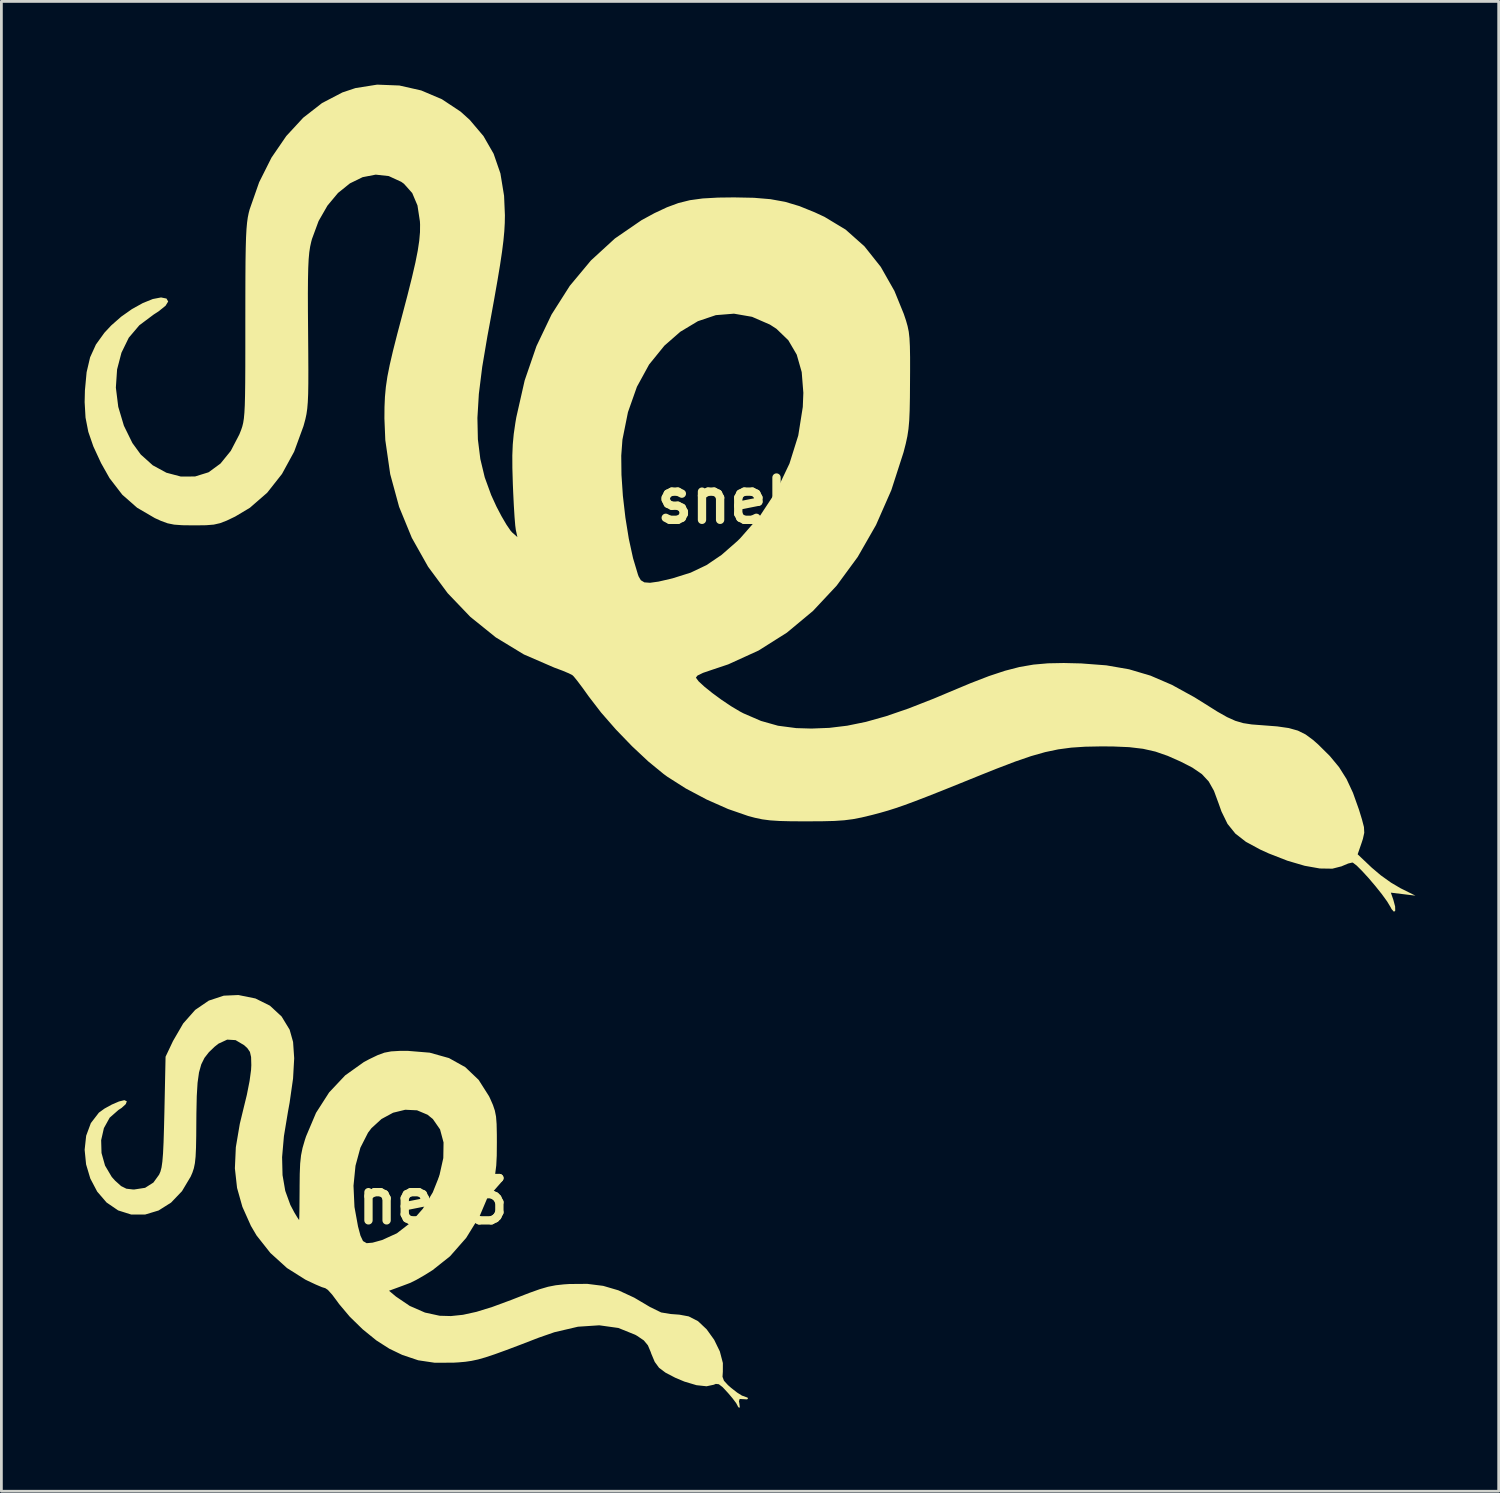
<source format=kicad_pcb>
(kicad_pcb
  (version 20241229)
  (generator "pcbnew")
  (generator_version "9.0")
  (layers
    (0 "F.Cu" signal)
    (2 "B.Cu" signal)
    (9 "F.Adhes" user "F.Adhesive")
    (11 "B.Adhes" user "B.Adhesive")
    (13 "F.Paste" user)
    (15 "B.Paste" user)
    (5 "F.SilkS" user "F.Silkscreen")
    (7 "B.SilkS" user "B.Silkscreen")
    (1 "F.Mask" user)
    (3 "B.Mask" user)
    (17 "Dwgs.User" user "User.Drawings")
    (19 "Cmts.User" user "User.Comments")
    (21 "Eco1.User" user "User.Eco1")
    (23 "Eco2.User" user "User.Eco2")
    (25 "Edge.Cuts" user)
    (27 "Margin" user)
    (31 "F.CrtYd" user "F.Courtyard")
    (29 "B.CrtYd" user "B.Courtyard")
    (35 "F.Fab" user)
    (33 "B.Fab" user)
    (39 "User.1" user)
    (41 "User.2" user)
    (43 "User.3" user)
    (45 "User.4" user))
  (footprint "snek2"
    (layer "F.Cu")
    (at 23.951 14.992)
    (property "Reference" "snek2" (at 0 0 0) (layer "F.SilkS") (effects (font (size 1.524 1.524) (thickness 0.3))))
    (attr board_only exclude_from_pos_files exclude_from_bom)
    (fp_poly (pts (xy -12.61 -14.961) (xy -11.823 -14.783) (xy -11.077 -14.466) (xy -10.403 -14.019) (xy -10.074 -13.722) (xy -9.579 -13.138) (xy -9.214 -12.502) (xy -8.969 -11.793) (xy -8.837 -10.986) (xy -8.807 -10.287) (xy -8.812 -10.005) (xy -8.829 -9.705) (xy -8.861 -9.366) (xy -8.911 -8.969) (xy -8.982 -8.495) (xy -9.077 -7.923) (xy -9.198 -7.235) (xy -9.348 -6.41) (xy -9.438 -5.927) (xy -9.625 -4.819) (xy -9.746 -3.846) (xy -9.798 -2.983) (xy -9.781 -2.21) (xy -9.693 -1.503) (xy -9.534 -0.841) (xy -9.301 -0.201) (xy -9.11 0.215) (xy -8.929 0.56) (xy -8.752 0.862) (xy -8.605 1.078) (xy -8.544 1.146) (xy -8.357 1.312) (xy -8.413 1.058) (xy -8.435 0.889) (xy -8.46 0.585) (xy -8.485 0.183) (xy -8.508 -0.284) (xy -8.521 -0.593) (xy -8.538 -1.173) (xy -8.54 -1.624) (xy -4.615 -1.624) (xy -4.607 -0.933) (xy -4.556 -0.173) (xy -4.465 0.612) (xy -4.342 1.375) (xy -4.19 2.071) (xy -4.015 2.656) (xy -3.988 2.731) (xy -3.908 2.867) (xy -3.781 2.943) (xy -3.578 2.958) (xy -3.274 2.916) (xy -2.84 2.816) (xy -2.76 2.796) (xy -2.114 2.593) (xy -1.543 2.321) (xy -1.001 1.954) (xy -0.442 1.465) (xy -0.329 1.355) (xy 0.391 0.535) (xy 0.987 -0.371) (xy 1.448 -1.34) (xy 1.764 -2.35) (xy 1.927 -3.378) (xy 1.947 -3.887) (xy 1.888 -4.634) (xy 1.708 -5.264) (xy 1.404 -5.783) (xy 0.976 -6.195) (xy 0.742 -6.346) (xy 0.098 -6.626) (xy -0.553 -6.739) (xy -1.206 -6.686) (xy -1.853 -6.468) (xy -2.486 -6.088) (xy -3.06 -5.586) (xy -3.611 -4.907) (xy -4.05 -4.105) (xy -4.373 -3.19) (xy -4.572 -2.2) (xy -4.615 -1.624) (xy -8.54 -1.624) (xy -8.54 -1.634) (xy -8.524 -2.027) (xy -8.489 -2.401) (xy -8.43 -2.806) (xy -8.396 -3.006) (xy -8.095 -4.333) (xy -7.67 -5.57) (xy -7.126 -6.709) (xy -6.47 -7.741) (xy -5.707 -8.657) (xy -4.843 -9.449) (xy -3.884 -10.108) (xy -3.417 -10.362) (xy -2.969 -10.572) (xy -2.559 -10.724) (xy -2.143 -10.828) (xy -1.68 -10.891) (xy -1.127 -10.922) (xy -0.55 -10.929) (xy 0.164 -10.915) (xy 0.761 -10.865) (xy 1.291 -10.769) (xy 1.805 -10.615) (xy 2.353 -10.393) (xy 2.709 -10.228) (xy 3.471 -9.768) (xy 4.149 -9.165) (xy 4.737 -8.425) (xy 5.23 -7.556) (xy 5.566 -6.731) (xy 5.645 -6.496) (xy 5.703 -6.292) (xy 5.745 -6.089) (xy 5.771 -5.856) (xy 5.786 -5.563) (xy 5.793 -5.179) (xy 5.793 -4.673) (xy 5.791 -4.318) (xy 5.787 -3.716) (xy 5.778 -3.249) (xy 5.762 -2.884) (xy 5.735 -2.586) (xy 5.695 -2.322) (xy 5.638 -2.057) (xy 5.561 -1.758) (xy 5.555 -1.736) (xy 5.117 -0.379) (xy 4.565 0.877) (xy 3.906 2.027) (xy 3.147 3.061) (xy 2.294 3.973) (xy 1.354 4.755) (xy 0.334 5.399) (xy -0.76 5.898) (xy -1.339 6.092) (xy -1.666 6.203) (xy -1.868 6.301) (xy -1.925 6.376) (xy -1.828 6.508) (xy -1.619 6.701) (xy -1.332 6.932) (xy -1.001 7.175) (xy -0.658 7.405) (xy -0.336 7.597) (xy -0.212 7.662) (xy 0.421 7.936) (xy 1.034 8.109) (xy 1.692 8.195) (xy 2.24 8.211) (xy 2.882 8.186) (xy 3.527 8.108) (xy 4.201 7.97) (xy 4.927 7.766) (xy 5.733 7.489) (xy 6.643 7.133) (xy 7.197 6.9) (xy 7.974 6.575) (xy 8.634 6.32) (xy 9.21 6.129) (xy 9.735 5.993) (xy 10.241 5.906) (xy 10.762 5.86) (xy 11.331 5.849) (xy 11.959 5.864) (xy 12.865 5.933) (xy 13.683 6.075) (xy 14.456 6.304) (xy 15.225 6.635) (xy 16.035 7.08) (xy 16.42 7.32) (xy 16.867 7.601) (xy 17.217 7.799) (xy 17.513 7.932) (xy 17.795 8.015) (xy 18.107 8.063) (xy 18.477 8.091) (xy 19.023 8.133) (xy 19.439 8.193) (xy 19.767 8.285) (xy 20.044 8.423) (xy 20.312 8.62) (xy 20.498 8.784) (xy 20.918 9.2) (xy 21.251 9.602) (xy 21.521 10.03) (xy 21.752 10.526) (xy 21.967 11.129) (xy 22.076 11.484) (xy 22.148 11.76) (xy 22.159 11.967) (xy 22.109 12.19) (xy 22.063 12.331) (xy 21.921 12.742) (xy 22.427 13.222) (xy 22.753 13.498) (xy 23.125 13.764) (xy 23.463 13.963) (xy 23.468 13.966) (xy 24.003 14.232) (xy 23.117 14.124) (xy 23.207 14.382) (xy 23.271 14.621) (xy 23.275 14.773) (xy 23.23 14.813) (xy 23.145 14.719) (xy 23.102 14.638) (xy 22.984 14.442) (xy 22.796 14.183) (xy 22.565 13.893) (xy 22.319 13.603) (xy 22.083 13.345) (xy 21.886 13.148) (xy 21.753 13.046) (xy 21.728 13.039) (xy 21.58 13.074) (xy 21.37 13.162) (xy 21.346 13.174) (xy 21.01 13.26) (xy 20.558 13.253) (xy 20.012 13.156) (xy 19.392 12.974) (xy 18.72 12.712) (xy 18.408 12.57) (xy 17.894 12.292) (xy 17.514 11.996) (xy 17.231 11.645) (xy 17.013 11.198) (xy 16.909 10.905) (xy 16.743 10.455) (xy 16.554 10.118) (xy 16.307 9.852) (xy 15.966 9.619) (xy 15.552 9.406) (xy 15.074 9.194) (xy 14.633 9.041) (xy 14.186 8.94) (xy 13.687 8.881) (xy 13.093 8.856) (xy 12.658 8.854) (xy 12.098 8.865) (xy 11.6 8.898) (xy 11.131 8.961) (xy 10.66 9.06) (xy 10.153 9.204) (xy 9.58 9.401) (xy 8.907 9.658) (xy 8.379 9.869) (xy 7.591 10.188) (xy 6.938 10.451) (xy 6.401 10.663) (xy 5.959 10.833) (xy 5.591 10.969) (xy 5.278 11.077) (xy 4.998 11.166) (xy 4.73 11.243) (xy 4.456 11.316) (xy 4.405 11.329) (xy 4.046 11.415) (xy 3.732 11.476) (xy 3.42 11.516) (xy 3.067 11.54) (xy 2.63 11.551) (xy 2.074 11.554) (xy 1.513 11.552) (xy 1.084 11.541) (xy 0.747 11.519) (xy 0.466 11.482) (xy 0.201 11.426) (xy -0.042 11.361) (xy -0.766 11.11) (xy -1.536 10.769) (xy -2.287 10.371) (xy -2.952 9.948) (xy -3.09 9.847) (xy -3.638 9.398) (xy -4.225 8.848) (xy -4.807 8.245) (xy -5.34 7.635) (xy -5.778 7.065) (xy -5.783 7.059) (xy -5.999 6.757) (xy -6.189 6.504) (xy -6.325 6.336) (xy -6.371 6.29) (xy -6.501 6.222) (xy -6.74 6.122) (xy -7.027 6.015) (xy -8.124 5.54) (xy -9.135 4.926) (xy -10.053 4.186) (xy -10.869 3.334) (xy -11.575 2.38) (xy -12.161 1.339) (xy -12.619 0.223) (xy -12.94 -0.956) (xy -13.117 -2.185) (xy -13.149 -2.963) (xy -13.146 -3.373) (xy -13.13 -3.741) (xy -13.097 -4.097) (xy -13.042 -4.471) (xy -12.958 -4.892) (xy -12.842 -5.392) (xy -12.688 -6) (xy -12.528 -6.604) (xy -12.32 -7.394) (xy -12.157 -8.043) (xy -12.034 -8.574) (xy -11.948 -9.008) (xy -11.894 -9.367) (xy -11.867 -9.674) (xy -11.864 -9.949) (xy -11.87 -10.067) (xy -11.958 -10.64) (xy -12.147 -11.086) (xy -12.444 -11.419) (xy -12.542 -11.49) (xy -12.992 -11.697) (xy -13.462 -11.749) (xy -13.934 -11.658) (xy -14.392 -11.434) (xy -14.821 -11.089) (xy -15.202 -10.632) (xy -15.521 -10.076) (xy -15.759 -9.431) (xy -15.786 -9.331) (xy -15.825 -9.155) (xy -15.856 -8.953) (xy -15.879 -8.702) (xy -15.894 -8.384) (xy -15.903 -7.977) (xy -15.907 -7.462) (xy -15.905 -6.816) (xy -15.899 -6.072) (xy -15.893 -5.315) (xy -15.89 -4.707) (xy -15.891 -4.224) (xy -15.897 -3.845) (xy -15.91 -3.55) (xy -15.93 -3.315) (xy -15.958 -3.119) (xy -15.996 -2.942) (xy -16.045 -2.76) (xy -16.066 -2.685) (xy -16.402 -1.766) (xy -16.84 -0.964) (xy -17.373 -0.287) (xy -17.995 0.254) (xy -18.527 0.572) (xy -18.832 0.718) (xy -19.071 0.81) (xy -19.299 0.862) (xy -19.575 0.884) (xy -19.955 0.889) (xy -20.02 0.889) (xy -20.429 0.884) (xy -20.724 0.863) (xy -20.961 0.815) (xy -21.197 0.729) (xy -21.421 0.627) (xy -22.059 0.255) (xy -22.595 -0.216) (xy -23.053 -0.811) (xy -23.36 -1.356) (xy -23.637 -1.955) (xy -23.819 -2.482) (xy -23.919 -2.994) (xy -23.951 -3.551) (xy -23.941 -3.974) (xy -23.88 -4.63) (xy -23.754 -5.167) (xy -23.545 -5.627) (xy -23.238 -6.053) (xy -22.994 -6.314) (xy -22.635 -6.63) (xy -22.245 -6.905) (xy -21.854 -7.122) (xy -21.495 -7.267) (xy -21.198 -7.324) (xy -21.002 -7.284) (xy -20.941 -7.177) (xy -21.035 -7.025) (xy -21.286 -6.823) (xy -21.462 -6.709) (xy -21.98 -6.321) (xy -22.361 -5.872) (xy -22.625 -5.331) (xy -22.782 -4.73) (xy -22.826 -4.076) (xy -22.74 -3.383) (xy -22.536 -2.7) (xy -22.23 -2.077) (xy -21.928 -1.663) (xy -21.496 -1.275) (xy -21.005 -1.008) (xy -20.488 -0.871) (xy -19.974 -0.872) (xy -19.497 -1.02) (xy -19.475 -1.031) (xy -19.055 -1.339) (xy -18.685 -1.795) (xy -18.378 -2.384) (xy -18.359 -2.431) (xy -18.31 -2.555) (xy -18.27 -2.674) (xy -18.238 -2.805) (xy -18.213 -2.965) (xy -18.194 -3.173) (xy -18.18 -3.445) (xy -18.171 -3.799) (xy -18.165 -4.252) (xy -18.162 -4.821) (xy -18.161 -5.524) (xy -18.161 -6.378) (xy -18.161 -6.435) (xy -18.16 -7.313) (xy -18.158 -8.04) (xy -18.154 -8.633) (xy -18.146 -9.11) (xy -18.135 -9.488) (xy -18.119 -9.786) (xy -18.098 -10.02) (xy -18.072 -10.208) (xy -18.039 -10.369) (xy -18.005 -10.498) (xy -17.662 -11.477) (xy -17.218 -12.362) (xy -16.685 -13.14) (xy -16.075 -13.8) (xy -15.397 -14.328) (xy -14.663 -14.711) (xy -14.193 -14.868) (xy -13.41 -14.992)) (stroke (width 0) (type solid)) (fill yes) (layer "F.SilkS")))
  (footprint "snek3"
    (layer "F.Cu")
    (at 11.933 40.235)
    (property "Reference" "snek3" (at 0 0 0) (layer "F.SilkS") (effects (font (size 1.524 1.524) (thickness 0.3))))
    (attr board_only exclude_from_pos_files exclude_from_bom)
    (fp_poly (pts (xy -5.779 -7.306) (xy -5.256 -7.046) (xy -4.836 -6.657) (xy -4.546 -6.181) (xy -4.422 -5.739) (xy -4.382 -5.152) (xy -4.423 -4.42) (xy -4.548 -3.545) (xy -4.606 -3.227) (xy -4.752 -2.344) (xy -4.818 -1.589) (xy -4.802 -0.94) (xy -4.704 -0.373) (xy -4.521 0.132) (xy -4.379 0.401) (xy -4.272 0.579) (xy -4.209 0.673) (xy -4.204 0.677) (xy -4.199 0.598) (xy -4.194 0.379) (xy -4.191 0.053) (xy -4.188 -0.351) (xy -4.187 -0.487) (xy -4.187 -0.557) (xy -2.245 -0.557) (xy -2.21 0.207) (xy -2.082 0.91) (xy -1.993 1.243) (xy -1.902 1.436) (xy -1.77 1.512) (xy -1.557 1.493) (xy -1.224 1.401) (xy -1.214 1.398) (xy -0.684 1.157) (xy -0.188 0.774) (xy 0.252 0.273) (xy 0.611 -0.318) (xy 0.846 -0.906) (xy 0.991 -1.555) (xy 1 -2.117) (xy 0.874 -2.588) (xy 0.615 -2.961) (xy 0.423 -3.117) (xy 0.045 -3.276) (xy -0.38 -3.296) (xy -0.818 -3.189) (xy -1.236 -2.963) (xy -1.599 -2.631) (xy -1.721 -2.47) (xy -1.997 -1.928) (xy -2.173 -1.279) (xy -2.245 -0.557) (xy -4.187 -0.557) (xy -4.182 -0.983) (xy -4.167 -1.356) (xy -4.135 -1.653) (xy -4.081 -1.92) (xy -3.998 -2.204) (xy -3.955 -2.335) (xy -3.595 -3.185) (xy -3.123 -3.921) (xy -2.546 -4.534) (xy -1.874 -5.013) (xy -1.678 -5.118) (xy -1.374 -5.264) (xy -1.132 -5.353) (xy -0.889 -5.399) (xy -0.582 -5.417) (xy -0.301 -5.419) (xy 0.501 -5.353) (xy 1.196 -5.158) (xy 1.783 -4.831) (xy 2.264 -4.373) (xy 2.639 -3.783) (xy 2.675 -3.708) (xy 2.779 -3.471) (xy 2.848 -3.267) (xy 2.891 -3.051) (xy 2.912 -2.779) (xy 2.92 -2.407) (xy 2.921 -2.117) (xy 2.917 -1.643) (xy 2.899 -1.287) (xy 2.862 -0.997) (xy 2.797 -0.723) (xy 2.699 -0.411) (xy 2.685 -0.37) (xy 2.302 0.533) (xy 1.815 1.322) (xy 1.233 1.984) (xy 0.608 2.481) (xy 0.302 2.672) (xy 0.017 2.835) (xy -0.192 2.939) (xy -0.212 2.947) (xy -0.488 3.051) (xy -0.716 3.135) (xy -0.965 3.226) (xy -0.716 3.435) (xy -0.219 3.772) (xy 0.33 4.012) (xy 0.86 4.127) (xy 1.266 4.138) (xy 1.698 4.093) (xy 2.185 3.986) (xy 2.755 3.81) (xy 3.438 3.558) (xy 3.598 3.495) (xy 4.087 3.305) (xy 4.462 3.171) (xy 4.767 3.082) (xy 5.044 3.028) (xy 5.336 2.996) (xy 5.536 2.983) (xy 6.18 2.978) (xy 6.753 3.05) (xy 7.301 3.211) (xy 7.871 3.475) (xy 8.437 3.81) (xy 8.841 4.008) (xy 9.182 4.064) (xy 9.5 4.088) (xy 9.814 4.146) (xy 9.838 4.152) (xy 10.167 4.32) (xy 10.48 4.615) (xy 10.752 4.994) (xy 10.956 5.413) (xy 11.065 5.83) (xy 11.064 6.145) (xy 11.052 6.326) (xy 11.104 6.468) (xy 11.25 6.627) (xy 11.366 6.729) (xy 11.58 6.896) (xy 11.754 7.005) (xy 11.821 7.027) (xy 11.953 7.077) (xy 11.973 7.1) (xy 11.939 7.141) (xy 11.814 7.133) (xy 11.669 7.126) (xy 11.644 7.211) (xy 11.657 7.273) (xy 11.674 7.413) (xy 11.652 7.451) (xy 11.6 7.387) (xy 11.599 7.378) (xy 11.547 7.28) (xy 11.412 7.1) (xy 11.254 6.913) (xy 11.054 6.698) (xy 10.92 6.595) (xy 10.812 6.582) (xy 10.736 6.613) (xy 10.477 6.668) (xy 10.114 6.629) (xy 9.678 6.499) (xy 9.35 6.361) (xy 8.999 6.178) (xy 8.766 6.003) (xy 8.61 5.79) (xy 8.486 5.496) (xy 8.467 5.438) (xy 8.363 5.192) (xy 8.216 5.015) (xy 7.973 4.85) (xy 7.906 4.812) (xy 7.299 4.567) (xy 6.612 4.471) (xy 5.843 4.522) (xy 4.993 4.721) (xy 4.435 4.915) (xy 3.78 5.168) (xy 3.258 5.365) (xy 2.844 5.515) (xy 2.514 5.625) (xy 2.243 5.702) (xy 2.006 5.753) (xy 1.78 5.786) (xy 1.539 5.807) (xy 1.352 5.818) (xy 0.678 5.82) (xy 0.088 5.732) (xy -0.489 5.538) (xy -0.954 5.314) (xy -1.419 5.017) (xy -1.911 4.618) (xy -2.377 4.164) (xy -2.765 3.703) (xy -2.836 3.604) (xy -3.015 3.365) (xy -3.168 3.196) (xy -3.262 3.133) (xy -3.382 3.097) (xy -3.608 3.001) (xy -3.898 2.865) (xy -3.983 2.823) (xy -4.641 2.408) (xy -5.24 1.865) (xy -5.738 1.234) (xy -5.941 0.889) (xy -6.249 0.201) (xy -6.441 -0.48) (xy -6.519 -1.185) (xy -6.485 -1.945) (xy -6.342 -2.789) (xy -6.223 -3.28) (xy -6.088 -3.833) (xy -5.99 -4.331) (xy -5.936 -4.731) (xy -5.927 -4.903) (xy -5.935 -5.195) (xy -5.977 -5.38) (xy -6.072 -5.518) (xy -6.187 -5.623) (xy -6.494 -5.805) (xy -6.796 -5.823) (xy -7.111 -5.677) (xy -7.25 -5.567) (xy -7.457 -5.368) (xy -7.615 -5.165) (xy -7.731 -4.931) (xy -7.812 -4.64) (xy -7.864 -4.267) (xy -7.893 -3.785) (xy -7.906 -3.168) (xy -7.908 -2.923) (xy -7.912 -2.353) (xy -7.92 -1.925) (xy -7.935 -1.607) (xy -7.96 -1.372) (xy -7.997 -1.19) (xy -8.049 -1.032) (xy -8.111 -0.889) (xy -8.426 -0.361) (xy -8.819 0.05) (xy -9.269 0.334) (xy -9.754 0.48) (xy -10.254 0.48) (xy -10.726 0.331) (xy -11.144 0.045) (xy -11.481 -0.347) (xy -11.728 -0.816) (xy -11.881 -1.328) (xy -11.933 -1.853) (xy -11.878 -2.36) (xy -11.709 -2.816) (xy -11.421 -3.19) (xy -11.419 -3.192) (xy -11.218 -3.338) (xy -10.954 -3.483) (xy -10.694 -3.595) (xy -10.504 -3.641) (xy -10.501 -3.641) (xy -10.413 -3.601) (xy -10.451 -3.499) (xy -10.601 -3.362) (xy -10.714 -3.289) (xy -11.031 -3.01) (xy -11.239 -2.635) (xy -11.338 -2.199) (xy -11.325 -1.737) (xy -11.198 -1.284) (xy -10.956 -0.875) (xy -10.838 -0.743) (xy -10.619 -0.546) (xy -10.429 -0.451) (xy -10.195 -0.424) (xy -10.146 -0.423) (xy -9.754 -0.483) (xy -9.455 -0.673) (xy -9.249 -0.958) (xy -9.201 -1.069) (xy -9.162 -1.219) (xy -9.132 -1.43) (xy -9.108 -1.724) (xy -9.089 -2.124) (xy -9.073 -2.652) (xy -9.059 -3.217) (xy -9.017 -5.207) (xy -8.749 -5.773) (xy -8.38 -6.408) (xy -7.948 -6.895) (xy -7.459 -7.229) (xy -6.919 -7.407) (xy -6.393 -7.43)) (stroke (width 0) (type solid)) (fill yes) (layer "F.SilkS")))
  (gr_rect
    (start -3 -3)
    (end 50.954 50.685)
    (stroke (width 0.1) (type default))
    (fill no)
    (layer "Edge.Cuts")))
</source>
